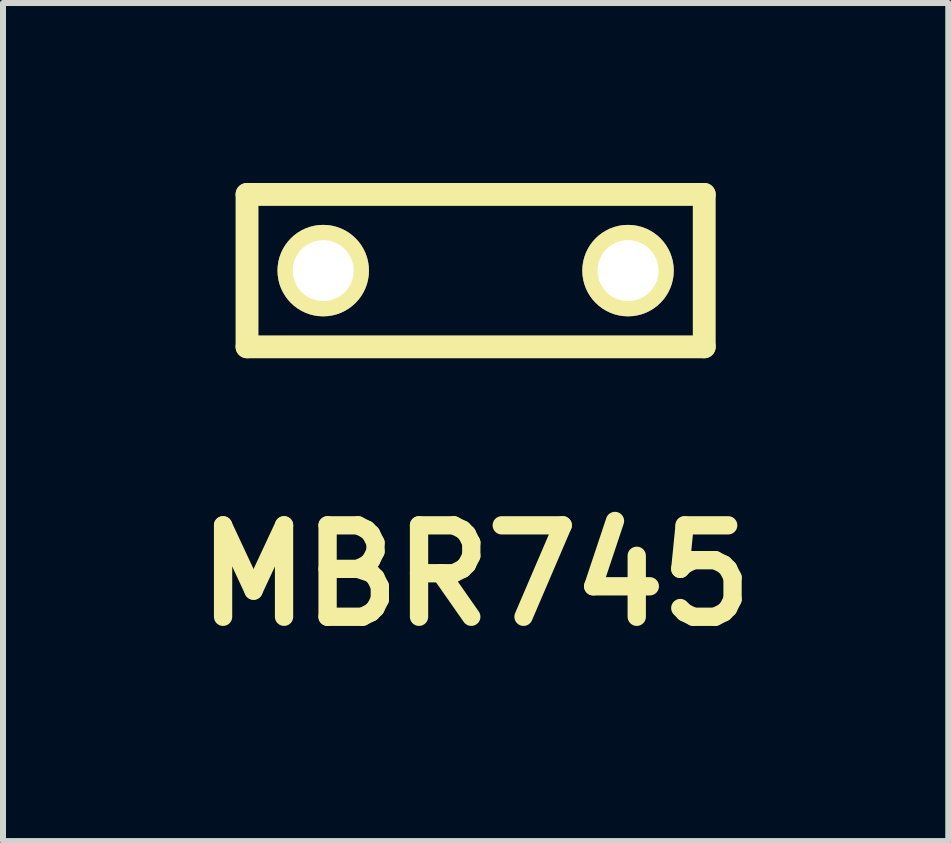
<source format=kicad_pcb>
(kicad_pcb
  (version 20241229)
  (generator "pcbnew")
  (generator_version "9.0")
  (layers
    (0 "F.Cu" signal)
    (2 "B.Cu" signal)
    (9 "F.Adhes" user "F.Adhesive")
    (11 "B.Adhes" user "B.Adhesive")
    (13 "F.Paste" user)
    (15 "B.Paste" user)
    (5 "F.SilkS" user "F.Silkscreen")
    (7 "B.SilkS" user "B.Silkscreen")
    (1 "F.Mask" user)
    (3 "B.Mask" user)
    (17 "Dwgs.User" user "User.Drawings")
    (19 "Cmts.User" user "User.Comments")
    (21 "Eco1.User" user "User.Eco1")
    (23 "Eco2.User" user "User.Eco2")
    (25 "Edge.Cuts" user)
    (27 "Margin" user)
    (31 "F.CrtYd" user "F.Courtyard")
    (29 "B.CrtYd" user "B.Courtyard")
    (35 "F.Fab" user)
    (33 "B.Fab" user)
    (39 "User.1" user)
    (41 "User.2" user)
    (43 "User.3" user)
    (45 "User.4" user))
  (footprint "MBR745"
    (layer "F.Cu")
    (at 4.877 1.46)
    (property "Reference" "MBR745" (at 0 5.08 0) (layer "F.SilkS") (effects (font (size 1.524 1.524) (thickness 0.305))))
    (attr through_hole)
    (fp_line (start -3.81 -1.27) (end 3.81 -1.27) (stroke (width 0.381) (type solid)) (layer "F.SilkS"))
    (fp_line (start -3.81 1.27) (end -3.81 -1.27) (stroke (width 0.381) (type solid)) (layer "F.SilkS"))
    (fp_line (start 3.81 -1.27) (end 3.81 1.27) (stroke (width 0.381) (type solid)) (layer "F.SilkS"))
    (fp_line (start 3.81 1.27) (end -3.81 1.27) (stroke (width 0.381) (type solid)) (layer "F.SilkS"))
    (pad "1" thru_hole circle (at 2.54 0) (size 1.524 1.524) (drill 1.016) (layers "*.Cu" "*.Mask" "F.SilkS"))
    (pad "3" thru_hole circle (at -2.54 0) (size 1.524 1.524) (drill 1.016) (layers "*.Cu" "*.Mask" "F.SilkS")))
  (gr_rect
    (start -3 -3)
    (end 12.754 10.967)
    (stroke (width 0.1) (type default))
    (fill no)
    (layer "Edge.Cuts")))
</source>
